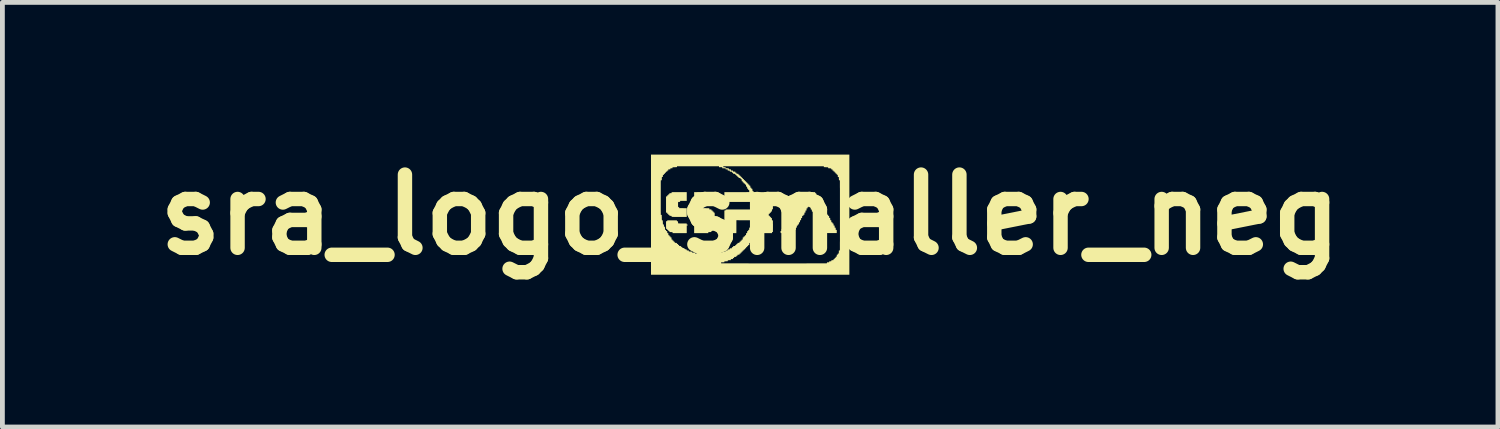
<source format=kicad_pcb>
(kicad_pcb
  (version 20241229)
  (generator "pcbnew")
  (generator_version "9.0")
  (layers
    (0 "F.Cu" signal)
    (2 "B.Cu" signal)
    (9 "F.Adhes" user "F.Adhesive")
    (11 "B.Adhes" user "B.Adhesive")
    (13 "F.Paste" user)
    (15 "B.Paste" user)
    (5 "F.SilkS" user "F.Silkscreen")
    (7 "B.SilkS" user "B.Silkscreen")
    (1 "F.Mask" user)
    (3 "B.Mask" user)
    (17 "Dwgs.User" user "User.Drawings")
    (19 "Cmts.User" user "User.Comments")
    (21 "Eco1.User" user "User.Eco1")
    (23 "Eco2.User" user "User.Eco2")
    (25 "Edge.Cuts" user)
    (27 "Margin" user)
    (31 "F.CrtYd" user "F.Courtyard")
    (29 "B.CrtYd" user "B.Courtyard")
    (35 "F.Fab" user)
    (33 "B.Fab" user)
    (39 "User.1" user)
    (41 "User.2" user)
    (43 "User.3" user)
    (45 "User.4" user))
  (footprint "sra_logo_smaller_neg"
    (layer "F.Cu")
    (at 12.562 1.418)
    (property "Reference" "sra_logo_smaller_neg" (at 0 0 0) (layer "F.SilkS") (effects (font (size 1.524 1.524) (thickness 0.3))))
    (attr board_only exclude_from_pos_files exclude_from_bom)
    (fp_poly (pts (xy -1.525 0.126) (xy -1.525 0.132) (xy -1.524 0.135) (xy -1.522 0.137) (xy -1.517 0.137) (xy -1.511 0.137) (xy -1.502 0.137) (xy -1.501 0.159) (xy -1.499 0.18) (xy -1.468 0.182) (xy -1.455 0.182) (xy -1.44 0.183) (xy -1.422 0.183) (xy -1.402 0.183) (xy -1.382 0.183) (xy -1.38 0.183) (xy -1.322 0.183) (xy -1.32 0.205) (xy -1.31 0.205) (xy -1.301 0.206) (xy -1.301 0.224) (xy -1.32 0.224) (xy -1.32 0.304) (xy -1.32 0.383) (xy -1.468 0.384) (xy -1.615 0.384) (xy -1.615 0.364) (xy -1.632 0.363) (xy -1.641 0.362) (xy -1.651 0.362) (xy -1.661 0.362) (xy -1.664 0.362) (xy -1.68 0.362) (xy -1.681 0.341) (xy -1.704 0.34) (xy -1.704 0.319) (xy -1.714 0.319) (xy -1.725 0.318) (xy -1.726 0.307) (xy -1.726 0.296) (xy -1.75 0.295) (xy -1.751 0.215) (xy -1.751 0.136) (xy -1.726 0.136) (xy -1.726 0.117) (xy -1.525 0.117)) (stroke (width 0) (type solid)) (fill yes) (layer "F.SilkS"))
    (fp_poly (pts (xy -1.003 -0.471) (xy -0.985 -0.471) (xy -0.967 -0.471) (xy -0.95 -0.47) (xy -0.935 -0.47) (xy -0.921 -0.47) (xy -0.909 -0.47) (xy -0.899 -0.47) (xy -0.891 -0.47) (xy -0.887 -0.47) (xy -0.887 -0.47) (xy -0.872 -0.469) (xy -0.871 -0.459) (xy -0.871 -0.449) (xy -0.854 -0.448) (xy -0.845 -0.448) (xy -0.834 -0.447) (xy -0.825 -0.447) (xy -0.822 -0.447) (xy -0.806 -0.447) (xy -0.805 -0.426) (xy -0.783 -0.424) (xy -0.783 -0.415) (xy -0.782 -0.405) (xy -0.772 -0.404) (xy -0.762 -0.404) (xy -0.762 -0.393) (xy -0.761 -0.382) (xy -0.751 -0.381) (xy -0.74 -0.38) (xy -0.739 -0.368) (xy -0.739 -0.363) (xy -0.739 -0.355) (xy -0.739 -0.346) (xy -0.738 -0.335) (xy -0.738 -0.324) (xy -0.738 -0.322) (xy -0.738 -0.288) (xy -0.716 -0.288) (xy -0.716 -0.269) (xy -0.738 -0.269) (xy -0.738 -0.245) (xy -0.716 -0.245) (xy -0.716 -0.224) (xy -0.727 -0.224) (xy -0.732 -0.224) (xy -0.737 -0.224) (xy -0.739 -0.223) (xy -0.739 -0.223) (xy -0.74 -0.223) (xy -0.745 -0.222) (xy -0.752 -0.222) (xy -0.761 -0.222) (xy -0.773 -0.222) (xy -0.786 -0.222) (xy -0.8 -0.222) (xy -0.816 -0.222) (xy -0.832 -0.222) (xy -0.848 -0.222) (xy -0.865 -0.222) (xy -0.882 -0.222) (xy -0.898 -0.222) (xy -0.914 -0.222) (xy -0.929 -0.222) (xy -0.942 -0.222) (xy -0.954 -0.222) (xy -0.963 -0.222) (xy -0.971 -0.222) (xy -0.975 -0.222) (xy -0.986 -0.223) (xy -0.987 -0.244) (xy -0.988 -0.265) (xy -1.009 -0.266) (xy -1.03 -0.267) (xy -1.03 -0.288) (xy -1.098 -0.288) (xy -1.165 -0.288) (xy -1.166 -0.379) (xy -1.166 -0.469) (xy -1.145 -0.47) (xy -1.139 -0.47) (xy -1.13 -0.47) (xy -1.119 -0.47) (xy -1.106 -0.47) (xy -1.091 -0.471) (xy -1.075 -0.471) (xy -1.058 -0.471) (xy -1.04 -0.471) (xy -1.021 -0.471)) (stroke (width 0) (type solid)) (fill yes) (layer "F.SilkS"))
    (fp_poly (pts (xy -1.379 -0.47) (xy -1.364 -0.47) (xy -1.351 -0.47) (xy -1.34 -0.47) (xy -1.331 -0.47) (xy -1.324 -0.469) (xy -1.321 -0.469) (xy -1.321 -0.468) (xy -1.32 -0.463) (xy -1.32 -0.456) (xy -1.32 -0.447) (xy -1.32 -0.436) (xy -1.32 -0.423) (xy -1.32 -0.408) (xy -1.32 -0.392) (xy -1.32 -0.379) (xy -1.32 -0.288) (xy -1.389 -0.288) (xy -1.457 -0.288) (xy -1.458 -0.268) (xy -1.479 -0.266) (xy -1.499 -0.265) (xy -1.5 -0.251) (xy -1.501 -0.241) (xy -1.501 -0.228) (xy -1.501 -0.215) (xy -1.501 -0.201) (xy -1.501 -0.188) (xy -1.5 -0.177) (xy -1.5 -0.174) (xy -1.499 -0.158) (xy -1.478 -0.157) (xy -1.477 -0.136) (xy -1.399 -0.136) (xy -1.32 -0.135) (xy -1.32 -0.045) (xy -1.32 -0.028) (xy -1.32 -0.012) (xy -1.32 0.002) (xy -1.32 0.015) (xy -1.32 0.026) (xy -1.32 0.035) (xy -1.32 0.041) (xy -1.321 0.045) (xy -1.321 0.046) (xy -1.325 0.046) (xy -1.333 0.046) (xy -1.343 0.046) (xy -1.355 0.046) (xy -1.369 0.046) (xy -1.384 0.046) (xy -1.401 0.046) (xy -1.419 0.046) (xy -1.437 0.046) (xy -1.456 0.046) (xy -1.475 0.046) (xy -1.494 0.046) (xy -1.511 0.046) (xy -1.529 0.046) (xy -1.544 0.046) (xy -1.559 0.046) (xy -1.571 0.046) (xy -1.582 0.046) (xy -1.59 0.046) (xy -1.595 0.046) (xy -1.596 0.046) (xy -1.605 0.045) (xy -1.614 0.045) (xy -1.622 0.045) (xy -1.627 0.045) (xy -1.629 0.044) (xy -1.636 0.044) (xy -1.636 0.026) (xy -1.659 0.024) (xy -1.681 0.023) (xy -1.681 0.003) (xy -1.691 0.003) (xy -1.698 0.003) (xy -1.702 0.002) (xy -1.704 0.001) (xy -1.705 -0.003) (xy -1.705 -0.008) (xy -1.705 -0.009) (xy -1.705 -0.019) (xy -1.726 -0.019) (xy -1.726 -0.03) (xy -1.726 -0.042) (xy -1.739 -0.042) (xy -1.751 -0.043) (xy -1.751 -0.381) (xy -1.727 -0.381) (xy -1.727 -0.391) (xy -1.727 -0.397) (xy -1.726 -0.401) (xy -1.725 -0.403) (xy -1.723 -0.404) (xy -1.718 -0.404) (xy -1.714 -0.405) (xy -1.705 -0.405) (xy -1.705 -0.414) (xy -1.704 -0.424) (xy -1.693 -0.425) (xy -1.682 -0.426) (xy -1.682 -0.436) (xy -1.681 -0.447) (xy -1.636 -0.449) (xy -1.636 -0.467) (xy -1.617 -0.469) (xy -1.614 -0.469) (xy -1.608 -0.469) (xy -1.599 -0.469) (xy -1.588 -0.469) (xy -1.575 -0.469) (xy -1.56 -0.469) (xy -1.543 -0.469) (xy -1.526 -0.469) (xy -1.508 -0.469) (xy -1.489 -0.47) (xy -1.47 -0.47) (xy -1.45 -0.47) (xy -1.432 -0.47) (xy -1.413 -0.47) (xy -1.396 -0.47)) (stroke (width 0) (type solid)) (fill yes) (layer "F.SilkS"))
    (fp_poly (pts (xy -1.013 -0.136) (xy -0.995 -0.136) (xy -0.976 -0.136) (xy -0.958 -0.136) (xy -0.941 -0.136) (xy -0.925 -0.136) (xy -0.911 -0.135) (xy -0.899 -0.135) (xy -0.889 -0.135) (xy -0.882 -0.135) (xy -0.85 -0.134) (xy -0.85 -0.111) (xy -0.828 -0.11) (xy -0.806 -0.109) (xy -0.806 -0.088) (xy -0.797 -0.088) (xy -0.79 -0.088) (xy -0.786 -0.088) (xy -0.783 -0.086) (xy -0.782 -0.083) (xy -0.782 -0.077) (xy -0.782 -0.076) (xy -0.782 -0.066) (xy -0.772 -0.066) (xy -0.766 -0.066) (xy -0.763 -0.065) (xy -0.761 -0.063) (xy -0.76 -0.059) (xy -0.76 -0.053) (xy -0.76 -0.052) (xy -0.76 -0.043) (xy -0.74 -0.043) (xy -0.739 -0.026) (xy -0.739 -0.018) (xy -0.738 -0.009) (xy -0.738 0.002) (xy -0.738 0.013) (xy -0.738 0.018) (xy -0.738 0.046) (xy -0.716 0.046) (xy -0.716 0.066) (xy -0.738 0.066) (xy -0.738 0.095) (xy -0.716 0.095) (xy -0.716 0.114) (xy -0.738 0.114) (xy -0.738 0.204) (xy -0.716 0.204) (xy -0.716 0.224) (xy -0.738 0.224) (xy -0.738 0.247) (xy -0.738 0.256) (xy -0.738 0.263) (xy -0.739 0.269) (xy -0.739 0.271) (xy -0.74 0.271) (xy -0.74 0.273) (xy -0.741 0.277) (xy -0.741 0.283) (xy -0.741 0.294) (xy -0.751 0.294) (xy -0.761 0.295) (xy -0.761 0.306) (xy -0.762 0.317) (xy -0.772 0.318) (xy -0.783 0.318) (xy -0.784 0.34) (xy -0.793 0.34) (xy -0.8 0.34) (xy -0.804 0.341) (xy -0.806 0.342) (xy -0.807 0.346) (xy -0.808 0.351) (xy -0.808 0.351) (xy -0.808 0.356) (xy -0.808 0.359) (xy -0.809 0.36) (xy -0.81 0.36) (xy -0.813 0.36) (xy -0.818 0.361) (xy -0.825 0.361) (xy -0.833 0.362) (xy -0.843 0.362) (xy -0.872 0.364) (xy -0.872 0.384) (xy -1.166 0.384) (xy -1.166 0.298) (xy -1.166 0.281) (xy -1.166 0.265) (xy -1.166 0.25) (xy -1.166 0.236) (xy -1.166 0.223) (xy -1.166 0.213) (xy -1.165 0.205) (xy -1.165 0.199) (xy -1.165 0.198) (xy -1.164 0.183) (xy -1.104 0.183) (xy -1.089 0.183) (xy -1.074 0.183) (xy -1.059 0.183) (xy -1.045 0.183) (xy -1.033 0.182) (xy -1.022 0.182) (xy -1.016 0.181) (xy -0.988 0.18) (xy -0.987 0.164) (xy -0.987 0.153) (xy -0.986 0.139) (xy -0.986 0.124) (xy -0.986 0.11) (xy -0.987 0.096) (xy -0.987 0.086) (xy -0.988 0.07) (xy -0.996 0.07) (xy -1.003 0.069) (xy -1.007 0.069) (xy -1.009 0.066) (xy -1.01 0.063) (xy -1.01 0.058) (xy -1.01 0.047) (xy -1.021 0.047) (xy -1.026 0.047) (xy -1.033 0.047) (xy -1.042 0.047) (xy -1.053 0.047) (xy -1.065 0.047) (xy -1.077 0.047) (xy -1.078 0.047) (xy -1.091 0.047) (xy -1.104 0.047) (xy -1.117 0.047) (xy -1.128 0.047) (xy -1.138 0.047) (xy -1.145 0.047) (xy -1.166 0.045) (xy -1.166 -0.134) (xy -1.151 -0.135) (xy -1.146 -0.135) (xy -1.139 -0.135) (xy -1.128 -0.135) (xy -1.116 -0.136) (xy -1.102 -0.136) (xy -1.086 -0.136) (xy -1.069 -0.136) (xy -1.051 -0.136) (xy -1.032 -0.136)) (stroke (width 0) (type solid)) (fill yes) (layer "F.SilkS"))
    (fp_poly (pts (xy 1.267 -0.47) (xy 1.281 -0.47) (xy 1.295 -0.47) (xy 1.307 -0.47) (xy 1.317 -0.47) (xy 1.325 -0.47) (xy 1.331 -0.47) (xy 1.333 -0.47) (xy 1.353 -0.469) (xy 1.353 -0.458) (xy 1.354 -0.448) (xy 1.374 -0.446) (xy 1.377 -0.403) (xy 1.397 -0.403) (xy 1.398 -0.382) (xy 1.399 -0.36) (xy 1.409 -0.36) (xy 1.418 -0.36) (xy 1.419 -0.348) (xy 1.42 -0.336) (xy 1.43 -0.335) (xy 1.439 -0.335) (xy 1.441 -0.312) (xy 1.442 -0.29) (xy 1.452 -0.289) (xy 1.463 -0.288) (xy 1.464 -0.267) (xy 1.465 -0.245) (xy 1.485 -0.245) (xy 1.486 -0.224) (xy 1.487 -0.202) (xy 1.499 -0.202) (xy 1.51 -0.201) (xy 1.51 -0.193) (xy 1.511 -0.186) (xy 1.511 -0.181) (xy 1.513 -0.178) (xy 1.515 -0.177) (xy 1.519 -0.177) (xy 1.522 -0.177) (xy 1.531 -0.177) (xy 1.532 -0.156) (xy 1.534 -0.135) (xy 1.544 -0.135) (xy 1.549 -0.134) (xy 1.553 -0.133) (xy 1.554 -0.132) (xy 1.554 -0.13) (xy 1.555 -0.125) (xy 1.555 -0.119) (xy 1.556 -0.111) (xy 1.556 -0.109) (xy 1.557 -0.087) (xy 1.577 -0.087) (xy 1.578 -0.066) (xy 1.579 -0.044) (xy 1.589 -0.044) (xy 1.598 -0.043) (xy 1.601 0) (xy 1.621 0) (xy 1.622 0.012) (xy 1.622 0.024) (xy 1.642 0.025) (xy 1.643 0.036) (xy 1.643 0.044) (xy 1.644 0.052) (xy 1.644 0.057) (xy 1.645 0.068) (xy 1.665 0.068) (xy 1.666 0.092) (xy 1.668 0.115) (xy 1.687 0.115) (xy 1.69 0.158) (xy 1.701 0.158) (xy 1.712 0.159) (xy 1.713 0.171) (xy 1.714 0.183) (xy 1.733 0.183) (xy 1.734 0.194) (xy 1.735 0.202) (xy 1.736 0.21) (xy 1.736 0.215) (xy 1.737 0.226) (xy 1.757 0.226) (xy 1.758 0.248) (xy 1.759 0.27) (xy 1.779 0.27) (xy 1.779 0.278) (xy 1.78 0.283) (xy 1.78 0.29) (xy 1.78 0.297) (xy 1.78 0.301) (xy 1.781 0.316) (xy 1.791 0.316) (xy 1.801 0.317) (xy 1.802 0.331) (xy 1.802 0.339) (xy 1.802 0.348) (xy 1.802 0.358) (xy 1.802 0.364) (xy 1.801 0.382) (xy 1.689 0.383) (xy 1.67 0.383) (xy 1.652 0.383) (xy 1.635 0.383) (xy 1.619 0.383) (xy 1.605 0.383) (xy 1.592 0.383) (xy 1.582 0.383) (xy 1.574 0.383) (xy 1.568 0.383) (xy 1.566 0.383) (xy 1.556 0.383) (xy 1.555 0.373) (xy 1.554 0.363) (xy 1.533 0.362) (xy 1.531 0.319) (xy 1.522 0.319) (xy 1.517 0.319) (xy 1.513 0.319) (xy 1.512 0.318) (xy 1.511 0.316) (xy 1.511 0.312) (xy 1.511 0.305) (xy 1.51 0.297) (xy 1.51 0.294) (xy 1.509 0.272) (xy 1.486 0.272) (xy 1.485 0.26) (xy 1.485 0.249) (xy 1.464 0.247) (xy 1.461 0.204) (xy 1.442 0.204) (xy 1.44 0.183) (xy 1.439 0.161) (xy 1.43 0.161) (xy 1.42 0.16) (xy 1.419 0.149) (xy 1.418 0.137) (xy 1.409 0.136) (xy 1.399 0.136) (xy 1.398 0.115) (xy 1.396 0.094) (xy 1.386 0.094) (xy 1.38 0.093) (xy 1.377 0.092) (xy 1.376 0.091) (xy 1.375 0.089) (xy 1.375 0.084) (xy 1.375 0.078) (xy 1.374 0.07) (xy 1.374 0.068) (xy 1.373 0.046) (xy 1.353 0.046) (xy 1.352 0.025) (xy 1.351 0.003) (xy 1.341 0.003) (xy 1.331 0.002) (xy 1.33 -0.019) (xy 1.329 -0.041) (xy 1.309 -0.041) (xy 1.308 -0.053) (xy 1.308 -0.064) (xy 1.296 -0.064) (xy 1.285 -0.065) (xy 1.284 -0.076) (xy 1.283 -0.084) (xy 1.283 -0.093) (xy 1.282 -0.098) (xy 1.281 -0.109) (xy 1.261 -0.109) (xy 1.26 -0.133) (xy 1.259 -0.156) (xy 1.239 -0.156) (xy 1.237 -0.199) (xy 1.218 -0.199) (xy 1.218 -0.189) (xy 1.218 -0.184) (xy 1.218 -0.179) (xy 1.217 -0.178) (xy 1.216 -0.176) (xy 1.215 -0.172) (xy 1.215 -0.167) (xy 1.215 -0.158) (xy 1.205 -0.158) (xy 1.195 -0.157) (xy 1.195 -0.145) (xy 1.195 -0.133) (xy 1.175 -0.133) (xy 1.173 -0.11) (xy 1.172 -0.087) (xy 1.152 -0.087) (xy 1.151 -0.065) (xy 1.15 -0.043) (xy 1.13 -0.043) (xy 1.128 0.001) (xy 1.107 0.002) (xy 1.106 0.025) (xy 1.083 0.025) (xy 1.08 0.069) (xy 1.061 0.07) (xy 1.06 0.093) (xy 1.058 0.115) (xy 1.039 0.115) (xy 1.037 0.137) (xy 1.036 0.159) (xy 1.015 0.16) (xy 1.013 0.202) (xy 0.993 0.203) (xy 0.992 0.227) (xy 0.982 0.227) (xy 0.972 0.228) (xy 0.971 0.249) (xy 0.97 0.27) (xy 0.95 0.27) (xy 0.949 0.294) (xy 0.947 0.317) (xy 0.927 0.318) (xy 0.925 0.339) (xy 0.924 0.36) (xy 0.915 0.36) (xy 0.91 0.361) (xy 0.906 0.361) (xy 0.904 0.362) (xy 0.903 0.365) (xy 0.903 0.369) (xy 0.902 0.373) (xy 0.902 0.382) (xy 0.818 0.382) (xy 0.802 0.382) (xy 0.786 0.382) (xy 0.77 0.383) (xy 0.756 0.383) (xy 0.744 0.383) (xy 0.734 0.383) (xy 0.726 0.383) (xy 0.72 0.383) (xy 0.719 0.383) (xy 0.713 0.383) (xy 0.704 0.383) (xy 0.694 0.383) (xy 0.683 0.383) (xy 0.671 0.383) (xy 0.669 0.383) (xy 0.634 0.382) (xy 0.633 0.368) (xy 0.633 0.361) (xy 0.632 0.353) (xy 0.632 0.348) (xy 0.632 0.347) (xy 0.632 0.34) (xy 0.652 0.34) (xy 0.653 0.318) (xy 0.655 0.296) (xy 0.675 0.296) (xy 0.675 0.283) (xy 0.676 0.275) (xy 0.677 0.267) (xy 0.677 0.26) (xy 0.678 0.25) (xy 0.69 0.249) (xy 0.701 0.249) (xy 0.702 0.225) (xy 0.712 0.225) (xy 0.722 0.224) (xy 0.723 0.203) (xy 0.724 0.182) (xy 0.744 0.182) (xy 0.745 0.16) (xy 0.746 0.137) (xy 0.766 0.137) (xy 0.767 0.126) (xy 0.768 0.118) (xy 0.768 0.11) (xy 0.769 0.104) (xy 0.77 0.093) (xy 0.789 0.092) (xy 0.79 0.079) (xy 0.79 0.066) (xy 0.81 0.066) (xy 0.812 0.045) (xy 0.813 0.023) (xy 0.823 0.022) (xy 0.832 0.022) (xy 0.834 0.001) (xy 0.835 -0.021) (xy 0.855 -0.021) (xy 0.856 -0.042) (xy 0.857 -0.064) (xy 0.878 -0.066) (xy 0.878 -0.077) (xy 0.879 -0.088) (xy 0.902 -0.088) (xy 0.903 -0.11) (xy 0.904 -0.118) (xy 0.904 -0.125) (xy 0.904 -0.131) (xy 0.905 -0.134) (xy 0.905 -0.134) (xy 0.907 -0.135) (xy 0.912 -0.136) (xy 0.915 -0.136) (xy 0.924 -0.136) (xy 0.925 -0.157) (xy 0.926 -0.179) (xy 0.946 -0.179) (xy 0.948 -0.2) (xy 0.949 -0.222) (xy 0.97 -0.224) (xy 0.97 -0.235) (xy 0.97 -0.247) (xy 0.99 -0.247) (xy 0.992 -0.268) (xy 0.993 -0.29) (xy 1.003 -0.29) (xy 1.012 -0.291) (xy 1.014 -0.306) (xy 1.014 -0.314) (xy 1.014 -0.321) (xy 1.015 -0.327) (xy 1.015 -0.329) (xy 1.015 -0.337) (xy 1.035 -0.337) (xy 1.037 -0.381) (xy 1.048 -0.381) (xy 1.058 -0.382) (xy 1.059 -0.403) (xy 1.061 -0.423) (xy 1.07 -0.424) (xy 1.08 -0.424) (xy 1.081 -0.436) (xy 1.082 -0.448) (xy 1.093 -0.448) (xy 1.105 -0.449) (xy 1.105 -0.459) (xy 1.105 -0.464) (xy 1.105 -0.468) (xy 1.106 -0.47) (xy 1.108 -0.47) (xy 1.113 -0.47) (xy 1.121 -0.47) (xy 1.13 -0.47) (xy 1.142 -0.47) (xy 1.155 -0.47) (xy 1.17 -0.47) (xy 1.185 -0.47) (xy 1.202 -0.47) (xy 1.218 -0.47) (xy 1.235 -0.47) (xy 1.251 -0.47)) (stroke (width 0) (type solid)) (fill yes) (layer "F.SilkS"))
    (fp_poly (pts (xy 2.064 1.25) (xy -2.064 1.25) (xy -2.064 1.011) (xy -0.605 1.011) (xy -0.594 1.012) (xy -0.591 1.012) (xy -0.586 1.012) (xy -0.577 1.012) (xy -0.565 1.012) (xy -0.551 1.012) (xy -0.534 1.012) (xy -0.515 1.012) (xy -0.493 1.012) (xy -0.469 1.012) (xy -0.442 1.012) (xy -0.413 1.012) (xy -0.383 1.012) (xy -0.35 1.012) (xy -0.315 1.012) (xy -0.279 1.012) (xy -0.241 1.012) (xy -0.202 1.012) (xy -0.161 1.012) (xy -0.118 1.012) (xy -0.075 1.012) (xy -0.03 1.013) (xy 0.016 1.013) (xy 0.063 1.013) (xy 0.11 1.013) (xy 0.159 1.013) (xy 0.208 1.013) (xy 0.257 1.013) (xy 0.307 1.013) (xy 0.358 1.013) (xy 0.408 1.013) (xy 0.459 1.013) (xy 0.51 1.013) (xy 0.561 1.013) (xy 0.612 1.013) (xy 0.662 1.013) (xy 0.712 1.013) (xy 0.762 1.013) (xy 0.811 1.013) (xy 0.859 1.013) (xy 0.907 1.013) (xy 0.954 1.013) (xy 0.999 1.013) (xy 1.044 1.013) (xy 1.088 1.013) (xy 1.13 1.013) (xy 1.171 1.013) (xy 1.211 1.012) (xy 1.249 1.012) (xy 1.286 1.012) (xy 1.32 1.012) (xy 1.353 1.012) (xy 1.384 1.012) (xy 1.413 1.012) (xy 1.439 1.012) (xy 1.464 1.012) (xy 1.486 1.012) (xy 1.505 1.012) (xy 1.522 1.012) (xy 1.537 1.012) (xy 1.548 1.012) (xy 1.557 1.012) (xy 1.563 1.012) (xy 1.566 1.012) (xy 1.598 1.011) (xy 1.598 0.992) (xy 1.621 0.991) (xy 1.644 0.99) (xy 1.645 0.971) (xy 1.665 0.97) (xy 1.674 0.969) (xy 1.681 0.969) (xy 1.685 0.968) (xy 1.688 0.967) (xy 1.689 0.965) (xy 1.689 0.962) (xy 1.689 0.959) (xy 1.689 0.958) (xy 1.689 0.948) (xy 1.7 0.948) (xy 1.706 0.948) (xy 1.71 0.947) (xy 1.712 0.947) (xy 1.712 0.947) (xy 1.714 0.946) (xy 1.718 0.945) (xy 1.723 0.945) (xy 1.733 0.945) (xy 1.734 0.935) (xy 1.734 0.925) (xy 1.745 0.924) (xy 1.756 0.924) (xy 1.757 0.913) (xy 1.758 0.902) (xy 1.768 0.901) (xy 1.778 0.901) (xy 1.778 0.89) (xy 1.778 0.884) (xy 1.779 0.879) (xy 1.78 0.877) (xy 1.782 0.876) (xy 1.787 0.876) (xy 1.791 0.875) (xy 1.8 0.875) (xy 1.8 0.865) (xy 1.8 0.86) (xy 1.801 0.856) (xy 1.802 0.854) (xy 1.802 0.852) (xy 1.803 0.848) (xy 1.803 0.843) (xy 1.803 0.833) (xy 1.813 0.832) (xy 1.823 0.832) (xy 1.824 0.809) (xy 1.844 0.809) (xy 1.844 0.794) (xy 1.844 0.786) (xy 1.845 0.777) (xy 1.845 0.767) (xy 1.845 0.762) (xy 1.846 0.744) (xy 1.866 0.744) (xy 1.867 0.711) (xy 1.867 0.707) (xy 1.867 0.7) (xy 1.867 0.69) (xy 1.867 0.677) (xy 1.867 0.661) (xy 1.867 0.644) (xy 1.867 0.623) (xy 1.867 0.601) (xy 1.867 0.576) (xy 1.868 0.55) (xy 1.868 0.521) (xy 1.868 0.491) (xy 1.868 0.46) (xy 1.868 0.426) (xy 1.868 0.392) (xy 1.868 0.356) (xy 1.868 0.319) (xy 1.868 0.281) (xy 1.868 0.242) (xy 1.868 0.203) (xy 1.868 0.163) (xy 1.868 0.122) (xy 1.868 0.081) (xy 1.868 0.04) (xy 1.868 -0.001) (xy 1.868 -0.042) (xy 1.868 -0.084) (xy 1.868 -0.124) (xy 1.868 -0.165) (xy 1.868 -0.205) (xy 1.868 -0.244) (xy 1.868 -0.282) (xy 1.868 -0.32) (xy 1.868 -0.356) (xy 1.868 -0.392) (xy 1.868 -0.426) (xy 1.868 -0.459) (xy 1.868 -0.49) (xy 1.868 -0.519) (xy 1.868 -0.547) (xy 1.867 -0.573) (xy 1.867 -0.596) (xy 1.867 -0.618) (xy 1.867 -0.637) (xy 1.867 -0.654) (xy 1.867 -0.669) (xy 1.867 -0.68) (xy 1.867 -0.689) (xy 1.867 -0.695) (xy 1.867 -0.698) (xy 1.866 -0.717) (xy 1.848 -0.717) (xy 1.846 -0.751) (xy 1.844 -0.785) (xy 1.824 -0.785) (xy 1.823 -0.808) (xy 1.822 -0.83) (xy 1.802 -0.83) (xy 1.802 -0.852) (xy 1.791 -0.852) (xy 1.78 -0.853) (xy 1.779 -0.864) (xy 1.779 -0.875) (xy 1.769 -0.875) (xy 1.759 -0.876) (xy 1.759 -0.885) (xy 1.759 -0.89) (xy 1.758 -0.894) (xy 1.757 -0.896) (xy 1.754 -0.897) (xy 1.75 -0.897) (xy 1.745 -0.898) (xy 1.735 -0.898) (xy 1.735 -0.918) (xy 1.713 -0.918) (xy 1.713 -0.93) (xy 1.712 -0.943) (xy 1.699 -0.943) (xy 1.686 -0.944) (xy 1.686 -0.963) (xy 1.658 -0.965) (xy 1.649 -0.966) (xy 1.64 -0.966) (xy 1.633 -0.967) (xy 1.629 -0.967) (xy 1.627 -0.967) (xy 1.625 -0.967) (xy 1.623 -0.969) (xy 1.623 -0.972) (xy 1.623 -0.976) (xy 1.623 -0.986) (xy 1.601 -0.987) (xy 1.591 -0.987) (xy 1.579 -0.988) (xy 1.567 -0.988) (xy 1.556 -0.989) (xy 1.533 -0.99) (xy 1.533 -1.008) (xy -0.559 -1.008) (xy -0.559 -0.989) (xy -0.511 -0.988) (xy -0.51 -0.968) (xy -0.494 -0.967) (xy -0.484 -0.966) (xy -0.474 -0.966) (xy -0.464 -0.966) (xy -0.461 -0.966) (xy -0.446 -0.966) (xy -0.446 -0.945) (xy -0.423 -0.944) (xy -0.401 -0.943) (xy -0.4 -0.931) (xy -0.4 -0.92) (xy -0.378 -0.919) (xy -0.357 -0.918) (xy -0.357 -0.898) (xy -0.334 -0.897) (xy -0.31 -0.896) (xy -0.309 -0.885) (xy -0.309 -0.875) (xy -0.297 -0.874) (xy -0.286 -0.874) (xy -0.286 -0.854) (xy -0.265 -0.852) (xy -0.244 -0.851) (xy -0.243 -0.841) (xy -0.243 -0.83) (xy -0.232 -0.83) (xy -0.221 -0.83) (xy -0.221 -0.809) (xy -0.211 -0.809) (xy -0.206 -0.809) (xy -0.201 -0.808) (xy -0.199 -0.807) (xy -0.198 -0.805) (xy -0.198 -0.8) (xy -0.198 -0.796) (xy -0.198 -0.787) (xy -0.188 -0.787) (xy -0.183 -0.787) (xy -0.179 -0.786) (xy -0.177 -0.785) (xy -0.176 -0.783) (xy -0.176 -0.778) (xy -0.175 -0.774) (xy -0.175 -0.765) (xy -0.165 -0.765) (xy -0.154 -0.764) (xy -0.154 -0.753) (xy -0.153 -0.743) (xy -0.143 -0.742) (xy -0.132 -0.742) (xy -0.131 -0.73) (xy -0.131 -0.718) (xy -0.107 -0.717) (xy -0.106 -0.706) (xy -0.106 -0.695) (xy -0.095 -0.695) (xy -0.085 -0.695) (xy -0.084 -0.673) (xy -0.074 -0.673) (xy -0.068 -0.673) (xy -0.064 -0.672) (xy -0.062 -0.67) (xy -0.062 -0.666) (xy -0.062 -0.66) (xy -0.062 -0.651) (xy -0.052 -0.651) (xy -0.047 -0.651) (xy -0.043 -0.65) (xy -0.041 -0.649) (xy -0.04 -0.647) (xy -0.04 -0.642) (xy -0.04 -0.637) (xy -0.04 -0.627) (xy -0.019 -0.627) (xy -0.019 -0.605) (xy -0.008 -0.605) (xy 0.002 -0.604) (xy 0.004 -0.584) (xy 0.005 -0.563) (xy 0.015 -0.562) (xy 0.024 -0.562) (xy 0.026 -0.54) (xy 0.036 -0.539) (xy 0.046 -0.539) (xy 0.046 -0.527) (xy 0.046 -0.521) (xy 0.047 -0.517) (xy 0.047 -0.514) (xy 0.047 -0.514) (xy 0.048 -0.512) (xy 0.049 -0.508) (xy 0.049 -0.503) (xy 0.049 -0.491) (xy 0.07 -0.491) (xy 0.07 -0.471) (xy 0.09 -0.47) (xy 0.096 -0.47) (xy 0.104 -0.47) (xy 0.114 -0.47) (xy 0.127 -0.47) (xy 0.142 -0.469) (xy 0.158 -0.469) (xy 0.175 -0.469) (xy 0.192 -0.469) (xy 0.208 -0.469) (xy 0.226 -0.469) (xy 0.244 -0.469) (xy 0.26 -0.469) (xy 0.275 -0.469) (xy 0.289 -0.469) (xy 0.301 -0.469) (xy 0.311 -0.469) (xy 0.318 -0.469) (xy 0.323 -0.469) (xy 0.34 -0.467) (xy 0.34 -0.458) (xy 0.34 -0.454) (xy 0.34 -0.451) (xy 0.341 -0.449) (xy 0.344 -0.448) (xy 0.348 -0.447) (xy 0.354 -0.447) (xy 0.363 -0.447) (xy 0.366 -0.447) (xy 0.385 -0.446) (xy 0.386 -0.426) (xy 0.397 -0.425) (xy 0.408 -0.425) (xy 0.408 -0.414) (xy 0.409 -0.404) (xy 0.429 -0.403) (xy 0.432 -0.36) (xy 0.442 -0.36) (xy 0.448 -0.36) (xy 0.451 -0.359) (xy 0.453 -0.358) (xy 0.453 -0.358) (xy 0.453 -0.355) (xy 0.453 -0.35) (xy 0.453 -0.344) (xy 0.454 -0.336) (xy 0.454 -0.334) (xy 0.454 -0.313) (xy 0.463 -0.313) (xy 0.473 -0.312) (xy 0.473 -0.231) (xy 0.473 -0.214) (xy 0.473 -0.198) (xy 0.473 -0.183) (xy 0.473 -0.168) (xy 0.473 -0.156) (xy 0.473 -0.145) (xy 0.473 -0.136) (xy 0.473 -0.13) (xy 0.473 -0.13) (xy 0.472 -0.111) (xy 0.454 -0.111) (xy 0.451 -0.066) (xy 0.441 -0.065) (xy 0.431 -0.065) (xy 0.431 -0.055) (xy 0.431 -0.049) (xy 0.431 -0.044) (xy 0.429 -0.042) (xy 0.425 -0.041) (xy 0.42 -0.041) (xy 0.409 -0.041) (xy 0.409 -0.03) (xy 0.409 -0.02) (xy 0.398 -0.019) (xy 0.387 -0.019) (xy 0.387 0.022) (xy 0.396 0.022) (xy 0.402 0.022) (xy 0.406 0.023) (xy 0.407 0.024) (xy 0.408 0.027) (xy 0.409 0.031) (xy 0.409 0.035) (xy 0.409 0.044) (xy 0.419 0.045) (xy 0.429 0.045) (xy 0.431 0.067) (xy 0.44 0.068) (xy 0.45 0.068) (xy 0.451 0.08) (xy 0.452 0.089) (xy 0.452 0.098) (xy 0.453 0.105) (xy 0.454 0.117) (xy 0.472 0.117) (xy 0.473 0.136) (xy 0.473 0.141) (xy 0.473 0.149) (xy 0.473 0.159) (xy 0.473 0.172) (xy 0.473 0.186) (xy 0.474 0.202) (xy 0.474 0.219) (xy 0.474 0.237) (xy 0.474 0.255) (xy 0.474 0.258) (xy 0.473 0.361) (xy 0.463 0.362) (xy 0.454 0.362) (xy 0.454 0.384) (xy 0.228 0.384) (xy 0.227 0.367) (xy 0.227 0.363) (xy 0.227 0.355) (xy 0.227 0.345) (xy 0.226 0.333) (xy 0.226 0.319) (xy 0.226 0.304) (xy 0.226 0.287) (xy 0.226 0.269) (xy 0.226 0.251) (xy 0.226 0.245) (xy 0.226 0.139) (xy 0.215 0.139) (xy 0.205 0.138) (xy 0.204 0.128) (xy 0.204 0.117) (xy 0.198 0.117) (xy 0.193 0.117) (xy 0.187 0.117) (xy 0.18 0.116) (xy 0.177 0.116) (xy 0.163 0.115) (xy 0.16 0.247) (xy 0.151 0.248) (xy 0.141 0.248) (xy 0.14 0.265) (xy 0.14 0.274) (xy 0.139 0.284) (xy 0.139 0.292) (xy 0.139 0.296) (xy 0.139 0.304) (xy 0.139 0.314) (xy 0.138 0.323) (xy 0.138 0.324) (xy 0.137 0.338) (xy 0.119 0.338) (xy 0.116 0.385) (xy 0.106 0.385) (xy 0.096 0.386) (xy 0.096 0.394) (xy 0.096 0.399) (xy 0.096 0.405) (xy 0.095 0.414) (xy 0.095 0.423) (xy 0.095 0.426) (xy 0.094 0.45) (xy 0.082 0.45) (xy 0.07 0.451) (xy 0.069 0.474) (xy 0.068 0.498) (xy 0.058 0.498) (xy 0.048 0.499) (xy 0.048 0.51) (xy 0.047 0.521) (xy 0.027 0.521) (xy 0.026 0.543) (xy 0.025 0.564) (xy 0.004 0.565) (xy 0.003 0.576) (xy 0.003 0.588) (xy -0.017 0.588) (xy -0.018 0.609) (xy -0.02 0.63) (xy -0.03 0.63) (xy -0.041 0.631) (xy -0.041 0.653) (xy -0.052 0.653) (xy -0.062 0.653) (xy -0.063 0.675) (xy -0.085 0.676) (xy -0.085 0.688) (xy -0.085 0.7) (xy -0.096 0.7) (xy -0.107 0.701) (xy -0.108 0.722) (xy -0.12 0.723) (xy -0.132 0.723) (xy -0.132 0.734) (xy -0.133 0.744) (xy -0.143 0.745) (xy -0.154 0.745) (xy -0.155 0.756) (xy -0.155 0.766) (xy -0.166 0.767) (xy -0.176 0.767) (xy -0.177 0.788) (xy -0.198 0.789) (xy -0.199 0.8) (xy -0.199 0.811) (xy -0.221 0.811) (xy -0.221 0.831) (xy -0.231 0.831) (xy -0.237 0.831) (xy -0.241 0.832) (xy -0.243 0.833) (xy -0.245 0.834) (xy -0.249 0.834) (xy -0.254 0.834) (xy -0.264 0.834) (xy -0.264 0.844) (xy -0.264 0.85) (xy -0.265 0.854) (xy -0.267 0.856) (xy -0.271 0.856) (xy -0.278 0.857) (xy -0.288 0.857) (xy -0.288 0.877) (xy -0.31 0.878) (xy -0.333 0.879) (xy -0.334 0.89) (xy -0.334 0.902) (xy -0.343 0.902) (xy -0.35 0.902) (xy -0.355 0.903) (xy -0.357 0.904) (xy -0.358 0.907) (xy -0.359 0.911) (xy -0.359 0.913) (xy -0.359 0.923) (xy -0.378 0.924) (xy -0.387 0.924) (xy -0.394 0.925) (xy -0.399 0.925) (xy -0.401 0.926) (xy -0.402 0.928) (xy -0.403 0.931) (xy -0.403 0.934) (xy -0.403 0.935) (xy -0.403 0.945) (xy -0.429 0.946) (xy -0.439 0.947) (xy -0.447 0.948) (xy -0.454 0.948) (xy -0.459 0.948) (xy -0.461 0.948) (xy -0.466 0.948) (xy -0.466 0.958) (xy -0.466 0.963) (xy -0.467 0.966) (xy -0.468 0.968) (xy -0.47 0.968) (xy -0.474 0.969) (xy -0.481 0.969) (xy -0.489 0.969) (xy -0.499 0.97) (xy -0.502 0.97) (xy -0.536 0.971) (xy -0.536 0.98) (xy -0.537 0.99) (xy -0.562 0.991) (xy -0.571 0.991) (xy -0.58 0.992) (xy -0.588 0.992) (xy -0.594 0.992) (xy -0.596 0.992) (xy -0.605 0.992) (xy -0.605 1.011) (xy -2.064 1.011) (xy -2.064 -0.406) (xy -1.861 -0.406) (xy -1.861 -0.378) (xy -1.861 -0.349) (xy -1.861 -0.32) (xy -1.861 -0.292) (xy -1.861 -0.264) (xy -1.861 -0.237) (xy -1.861 -0.21) (xy -1.861 -0.185) (xy -1.861 -0.161) (xy -1.861 -0.138) (xy -1.861 -0.117) (xy -1.861 -0.098) (xy -1.861 -0.081) (xy -1.861 -0.066) (xy -1.861 -0.054) (xy -1.86 -0.045) (xy -1.86 -0.041) (xy -1.86 0.003) (xy -1.842 0.003) (xy -1.84 0.019) (xy -1.84 0.026) (xy -1.84 0.036) (xy -1.84 0.046) (xy -1.839 0.056) (xy -1.839 0.058) (xy -1.839 0.068) (xy -1.839 0.079) (xy -1.839 0.09) (xy -1.838 0.098) (xy -1.838 0.099) (xy -1.837 0.117) (xy -1.819 0.117) (xy -1.818 0.131) (xy -1.818 0.14) (xy -1.818 0.149) (xy -1.817 0.157) (xy -1.817 0.158) (xy -1.817 0.165) (xy -1.817 0.174) (xy -1.817 0.183) (xy -1.816 0.187) (xy -1.815 0.204) (xy -1.795 0.204) (xy -1.795 0.224) (xy -1.795 0.232) (xy -1.795 0.239) (xy -1.795 0.244) (xy -1.794 0.247) (xy -1.794 0.247) (xy -1.793 0.249) (xy -1.789 0.249) (xy -1.784 0.25) (xy -1.775 0.25) (xy -1.774 0.265) (xy -1.774 0.274) (xy -1.773 0.284) (xy -1.772 0.294) (xy -1.772 0.298) (xy -1.771 0.316) (xy -1.751 0.316) (xy -1.751 0.328) (xy -1.75 0.341) (xy -1.728 0.341) (xy -1.727 0.352) (xy -1.726 0.36) (xy -1.725 0.368) (xy -1.725 0.373) (xy -1.724 0.384) (xy -1.704 0.384) (xy -1.702 0.427) (xy -1.693 0.427) (xy -1.687 0.427) (xy -1.683 0.428) (xy -1.682 0.429) (xy -1.681 0.431) (xy -1.68 0.436) (xy -1.68 0.44) (xy -1.68 0.45) (xy -1.659 0.45) (xy -1.659 0.461) (xy -1.659 0.472) (xy -1.648 0.473) (xy -1.638 0.473) (xy -1.637 0.496) (xy -1.635 0.518) (xy -1.625 0.519) (xy -1.614 0.519) (xy -1.614 0.53) (xy -1.613 0.54) (xy -1.603 0.541) (xy -1.592 0.541) (xy -1.592 0.552) (xy -1.591 0.562) (xy -1.581 0.563) (xy -1.57 0.563) (xy -1.57 0.574) (xy -1.569 0.585) (xy -1.559 0.585) (xy -1.554 0.585) (xy -1.55 0.586) (xy -1.548 0.586) (xy -1.546 0.587) (xy -1.542 0.588) (xy -1.536 0.588) (xy -1.525 0.588) (xy -1.525 0.598) (xy -1.524 0.608) (xy -1.501 0.609) (xy -1.5 0.63) (xy -1.49 0.63) (xy -1.479 0.631) (xy -1.479 0.651) (xy -1.468 0.651) (xy -1.463 0.651) (xy -1.458 0.652) (xy -1.456 0.653) (xy -1.456 0.653) (xy -1.454 0.654) (xy -1.45 0.654) (xy -1.446 0.654) (xy -1.437 0.654) (xy -1.436 0.664) (xy -1.436 0.674) (xy -1.424 0.675) (xy -1.412 0.676) (xy -1.412 0.687) (xy -1.411 0.698) (xy -1.369 0.7) (xy -1.369 0.72) (xy -1.347 0.721) (xy -1.339 0.722) (xy -1.332 0.722) (xy -1.326 0.723) (xy -1.323 0.723) (xy -1.323 0.723) (xy -1.322 0.725) (xy -1.321 0.73) (xy -1.321 0.733) (xy -1.321 0.742) (xy -1.299 0.744) (xy -1.277 0.745) (xy -1.277 0.764) (xy -1.247 0.766) (xy -1.238 0.767) (xy -1.229 0.767) (xy -1.222 0.768) (xy -1.217 0.768) (xy -1.215 0.768) (xy -1.213 0.769) (xy -1.212 0.77) (xy -1.212 0.775) (xy -1.212 0.777) (xy -1.212 0.787) (xy -1.194 0.788) (xy -1.185 0.788) (xy -1.174 0.788) (xy -1.164 0.789) (xy -1.16 0.789) (xy -1.144 0.789) (xy -1.144 0.809) (xy -1.11 0.81) (xy -1.098 0.81) (xy -1.086 0.81) (xy -1.074 0.81) (xy -1.063 0.811) (xy -1.055 0.811) (xy -1.055 0.811) (xy -1.047 0.811) (xy -1.04 0.811) (xy -1.034 0.811) (xy -1.031 0.812) (xy -1.031 0.812) (xy -1.03 0.813) (xy -1.029 0.816) (xy -1.029 0.822) (xy -1.029 0.831) (xy -0.985 0.832) (xy -0.972 0.832) (xy -0.958 0.832) (xy -0.945 0.832) (xy -0.933 0.832) (xy -0.923 0.832) (xy -0.917 0.832) (xy -0.91 0.832) (xy -0.901 0.832) (xy -0.889 0.832) (xy -0.876 0.832) (xy -0.861 0.832) (xy -0.846 0.832) (xy -0.831 0.832) (xy -0.828 0.832) (xy -0.763 0.831) (xy -0.763 0.822) (xy -0.763 0.816) (xy -0.762 0.813) (xy -0.761 0.812) (xy -0.758 0.811) (xy -0.753 0.811) (xy -0.747 0.811) (xy -0.739 0.811) (xy -0.735 0.811) (xy -0.726 0.811) (xy -0.714 0.81) (xy -0.702 0.81) (xy -0.689 0.81) (xy -0.68 0.81) (xy -0.648 0.809) (xy -0.648 0.789) (xy -0.632 0.789) (xy -0.623 0.788) (xy -0.612 0.788) (xy -0.602 0.788) (xy -0.598 0.788) (xy -0.58 0.787) (xy -0.58 0.768) (xy -0.566 0.768) (xy -0.559 0.767) (xy -0.55 0.766) (xy -0.54 0.766) (xy -0.532 0.765) (xy -0.512 0.764) (xy -0.512 0.745) (xy -0.49 0.744) (xy -0.468 0.742) (xy -0.467 0.733) (xy -0.467 0.723) (xy -0.445 0.722) (xy -0.424 0.72) (xy -0.424 0.7) (xy -0.381 0.698) (xy -0.381 0.687) (xy -0.38 0.676) (xy -0.368 0.675) (xy -0.356 0.674) (xy -0.356 0.664) (xy -0.355 0.654) (xy -0.346 0.654) (xy -0.341 0.654) (xy -0.337 0.653) (xy -0.336 0.653) (xy -0.334 0.652) (xy -0.33 0.651) (xy -0.324 0.651) (xy -0.322 0.651) (xy -0.31 0.651) (xy -0.31 0.631) (xy -0.299 0.63) (xy -0.288 0.63) (xy -0.287 0.609) (xy -0.276 0.608) (xy -0.265 0.608) (xy -0.264 0.598) (xy -0.264 0.588) (xy -0.254 0.588) (xy -0.249 0.588) (xy -0.246 0.587) (xy -0.244 0.586) (xy -0.242 0.585) (xy -0.238 0.585) (xy -0.233 0.585) (xy -0.223 0.585) (xy -0.222 0.563) (xy -0.211 0.563) (xy -0.201 0.562) (xy -0.2 0.552) (xy -0.2 0.541) (xy -0.189 0.541) (xy -0.179 0.54) (xy -0.178 0.53) (xy -0.178 0.519) (xy -0.167 0.519) (xy -0.157 0.518) (xy -0.155 0.496) (xy -0.154 0.473) (xy -0.144 0.473) (xy -0.134 0.472) (xy -0.133 0.45) (xy -0.109 0.45) (xy -0.109 0.441) (xy -0.109 0.434) (xy -0.108 0.43) (xy -0.106 0.428) (xy -0.103 0.427) (xy -0.098 0.427) (xy -0.087 0.427) (xy -0.085 0.384) (xy -0.064 0.383) (xy -0.063 0.362) (xy -0.061 0.341) (xy -0.052 0.341) (xy -0.042 0.341) (xy -0.041 0.329) (xy -0.04 0.317) (xy -0.031 0.316) (xy -0.021 0.316) (xy -0.02 0.292) (xy -0.019 0.269) (xy 0.002 0.269) (xy 0.002 0.254) (xy 0.002 0.246) (xy 0.002 0.236) (xy 0.002 0.226) (xy 0.003 0.222) (xy 0.004 0.204) (xy 0.023 0.204) (xy 0.024 0.179) (xy 0.025 0.168) (xy 0.025 0.157) (xy 0.026 0.146) (xy 0.026 0.137) (xy 0.026 0.135) (xy 0.026 0.116) (xy -0.13 0.116) (xy -0.286 0.115) (xy -0.287 0.136) (xy -0.287 0.141) (xy -0.287 0.149) (xy -0.287 0.159) (xy -0.287 0.172) (xy -0.287 0.186) (xy -0.287 0.202) (xy -0.287 0.219) (xy -0.287 0.237) (xy -0.287 0.255) (xy -0.287 0.258) (xy -0.287 0.276) (xy -0.287 0.294) (xy -0.287 0.31) (xy -0.287 0.326) (xy -0.287 0.339) (xy -0.287 0.351) (xy -0.288 0.361) (xy -0.288 0.368) (xy -0.288 0.372) (xy -0.288 0.373) (xy -0.288 0.384) (xy -0.412 0.384) (xy -0.537 0.383) (xy -0.537 -0.088) (xy -0.525 -0.088) (xy -0.514 -0.089) (xy -0.513 -0.098) (xy -0.513 -0.108) (xy -0.223 -0.109) (xy 0.068 -0.109) (xy 0.068 -0.124) (xy 0.068 -0.13) (xy 0.069 -0.139) (xy 0.069 -0.149) (xy 0.068 -0.161) (xy 0.068 -0.173) (xy 0.068 -0.18) (xy 0.068 -0.221) (xy 0.048 -0.222) (xy 0.048 -0.244) (xy 0.048 -0.247) (xy 0.141 -0.247) (xy 0.15 -0.247) (xy 0.156 -0.246) (xy 0.16 -0.245) (xy 0.16 -0.245) (xy 0.161 -0.243) (xy 0.161 -0.238) (xy 0.161 -0.231) (xy 0.161 -0.221) (xy 0.161 -0.21) (xy 0.162 -0.198) (xy 0.162 -0.184) (xy 0.162 -0.181) (xy 0.162 -0.167) (xy 0.162 -0.154) (xy 0.162 -0.142) (xy 0.162 -0.132) (xy 0.163 -0.124) (xy 0.163 -0.118) (xy 0.163 -0.114) (xy 0.163 -0.114) (xy 0.163 -0.112) (xy 0.163 -0.111) (xy 0.164 -0.11) (xy 0.167 -0.109) (xy 0.171 -0.109) (xy 0.178 -0.109) (xy 0.187 -0.11) (xy 0.188 -0.11) (xy 0.204 -0.111) (xy 0.204 -0.122) (xy 0.204 -0.128) (xy 0.205 -0.132) (xy 0.206 -0.134) (xy 0.208 -0.135) (xy 0.213 -0.136) (xy 0.217 -0.136) (xy 0.226 -0.136) (xy 0.226 -0.223) (xy 0.205 -0.223) (xy 0.205 -0.245) (xy 0.183 -0.245) (xy 0.183 -0.265) (xy 0.141 -0.265) (xy 0.141 -0.247) (xy 0.048 -0.247) (xy 0.047 -0.265) (xy -0.226 -0.265) (xy -0.255 -0.265) (xy -0.284 -0.266) (xy -0.312 -0.266) (xy -0.339 -0.266) (xy -0.365 -0.266) (xy -0.389 -0.266) (xy -0.412 -0.266) (xy -0.433 -0.266) (xy -0.452 -0.266) (xy -0.469 -0.266) (xy -0.484 -0.266) (xy -0.497 -0.266) (xy -0.507 -0.266) (xy -0.514 -0.266) (xy -0.518 -0.267) (xy -0.518 -0.267) (xy -0.537 -0.268) (xy -0.537 -0.469) (xy -0.524 -0.469) (xy -0.521 -0.469) (xy -0.515 -0.469) (xy -0.506 -0.469) (xy -0.495 -0.469) (xy -0.481 -0.47) (xy -0.465 -0.47) (xy -0.447 -0.47) (xy -0.427 -0.47) (xy -0.405 -0.47) (xy -0.382 -0.47) (xy -0.357 -0.47) (xy -0.331 -0.47) (xy -0.304 -0.47) (xy -0.277 -0.47) (xy -0.266 -0.47) (xy -0.238 -0.47) (xy -0.212 -0.47) (xy -0.186 -0.47) (xy -0.161 -0.47) (xy -0.138 -0.47) (xy -0.117 -0.47) (xy -0.097 -0.47) (xy -0.079 -0.47) (xy -0.063 -0.471) (xy -0.049 -0.471) (xy -0.038 -0.471) (xy -0.029 -0.471) (xy -0.023 -0.471) (xy -0.02 -0.471) (xy -0.02 -0.471) (xy -0.019 -0.473) (xy -0.019 -0.477) (xy -0.019 -0.484) (xy -0.02 -0.491) (xy -0.02 -0.492) (xy -0.021 -0.512) (xy -0.031 -0.512) (xy -0.04 -0.513) (xy -0.041 -0.523) (xy -0.041 -0.531) (xy -0.042 -0.536) (xy -0.043 -0.539) (xy -0.045 -0.54) (xy -0.048 -0.54) (xy -0.052 -0.54) (xy -0.061 -0.54) (xy -0.062 -0.551) (xy -0.063 -0.559) (xy -0.064 -0.567) (xy -0.064 -0.572) (xy -0.065 -0.583) (xy -0.085 -0.583) (xy -0.087 -0.626) (xy -0.097 -0.626) (xy -0.103 -0.626) (xy -0.106 -0.627) (xy -0.108 -0.629) (xy -0.109 -0.633) (xy -0.109 -0.64) (xy -0.109 -0.649) (xy -0.133 -0.649) (xy -0.134 -0.671) (xy -0.144 -0.671) (xy -0.155 -0.672) (xy -0.155 -0.683) (xy -0.156 -0.695) (xy -0.166 -0.695) (xy -0.175 -0.695) (xy -0.175 -0.705) (xy -0.176 -0.71) (xy -0.176 -0.714) (xy -0.177 -0.715) (xy -0.178 -0.717) (xy -0.178 -0.721) (xy -0.179 -0.727) (xy -0.179 -0.728) (xy -0.179 -0.739) (xy -0.189 -0.74) (xy -0.2 -0.74) (xy -0.201 -0.762) (xy -0.211 -0.762) (xy -0.216 -0.762) (xy -0.22 -0.763) (xy -0.222 -0.763) (xy -0.224 -0.764) (xy -0.228 -0.765) (xy -0.232 -0.765) (xy -0.242 -0.765) (xy -0.242 -0.775) (xy -0.243 -0.785) (xy -0.265 -0.786) (xy -0.265 -0.797) (xy -0.266 -0.808) (xy -0.287 -0.808) (xy -0.288 -0.818) (xy -0.288 -0.829) (xy -0.299 -0.83) (xy -0.311 -0.83) (xy -0.311 -0.84) (xy -0.311 -0.85) (xy -0.323 -0.85) (xy -0.329 -0.85) (xy -0.333 -0.851) (xy -0.336 -0.852) (xy -0.336 -0.852) (xy -0.338 -0.853) (xy -0.342 -0.853) (xy -0.346 -0.853) (xy -0.356 -0.853) (xy -0.356 -0.863) (xy -0.356 -0.868) (xy -0.357 -0.871) (xy -0.359 -0.873) (xy -0.363 -0.874) (xy -0.37 -0.874) (xy -0.379 -0.874) (xy -0.379 -0.894) (xy -0.401 -0.895) (xy -0.424 -0.896) (xy -0.424 -0.916) (xy -0.468 -0.919) (xy -0.468 -0.942) (xy -0.512 -0.944) (xy -0.513 -0.965) (xy -0.581 -0.966) (xy -0.581 -0.977) (xy -0.582 -0.988) (xy -0.613 -0.988) (xy -0.623 -0.988) (xy -0.632 -0.988) (xy -0.639 -0.988) (xy -0.644 -0.988) (xy -0.647 -0.989) (xy -0.647 -0.989) (xy -0.649 -0.99) (xy -0.649 -0.993) (xy -0.649 -0.999) (xy -0.649 -1.008) (xy -1.523 -1.008) (xy -1.523 -0.99) (xy -1.546 -0.989) (xy -1.556 -0.988) (xy -1.569 -0.988) (xy -1.581 -0.987) (xy -1.592 -0.987) (xy -1.593 -0.987) (xy -1.617 -0.986) (xy -1.617 -0.967) (xy -1.637 -0.966) (xy -1.645 -0.966) (xy -1.651 -0.965) (xy -1.656 -0.965) (xy -1.659 -0.965) (xy -1.659 -0.965) (xy -1.66 -0.963) (xy -1.661 -0.958) (xy -1.661 -0.955) (xy -1.661 -0.945) (xy -1.672 -0.944) (xy -1.679 -0.944) (xy -1.688 -0.943) (xy -1.693 -0.942) (xy -1.704 -0.942) (xy -1.704 -0.918) (xy -1.726 -0.918) (xy -1.726 -0.907) (xy -1.726 -0.897) (xy -1.739 -0.896) (xy -1.752 -0.895) (xy -1.752 -0.885) (xy -1.753 -0.874) (xy -1.762 -0.874) (xy -1.772 -0.873) (xy -1.773 -0.863) (xy -1.773 -0.852) (xy -1.784 -0.851) (xy -1.794 -0.851) (xy -1.796 -0.829) (xy -1.806 -0.828) (xy -1.815 -0.828) (xy -1.817 -0.807) (xy -1.818 -0.785) (xy -1.838 -0.785) (xy -1.838 -0.777) (xy -1.838 -0.773) (xy -1.838 -0.766) (xy -1.839 -0.757) (xy -1.839 -0.748) (xy -1.839 -0.743) (xy -1.84 -0.717) (xy -1.85 -0.716) (xy -1.86 -0.716) (xy -1.861 -0.68) (xy -1.861 -0.674) (xy -1.861 -0.666) (xy -1.861 -0.655) (xy -1.861 -0.641) (xy -1.861 -0.625) (xy -1.861 -0.606) (xy -1.861 -0.586) (xy -1.861 -0.564) (xy -1.861 -0.54) (xy -1.861 -0.516) (xy -1.861 -0.49) (xy -1.861 -0.463) (xy -1.861 -0.435) (xy -1.861 -0.406) (xy -2.064 -0.406) (xy -2.064 -1.25) (xy 2.064 -1.25)) (stroke (width 0) (type solid)) (fill yes) (layer "F.SilkS")))
  (gr_rect
    (start -3 -3)
    (end 28.124 5.836)
    (stroke (width 0.1) (type default))
    (fill no)
    (layer "Edge.Cuts")))
</source>
